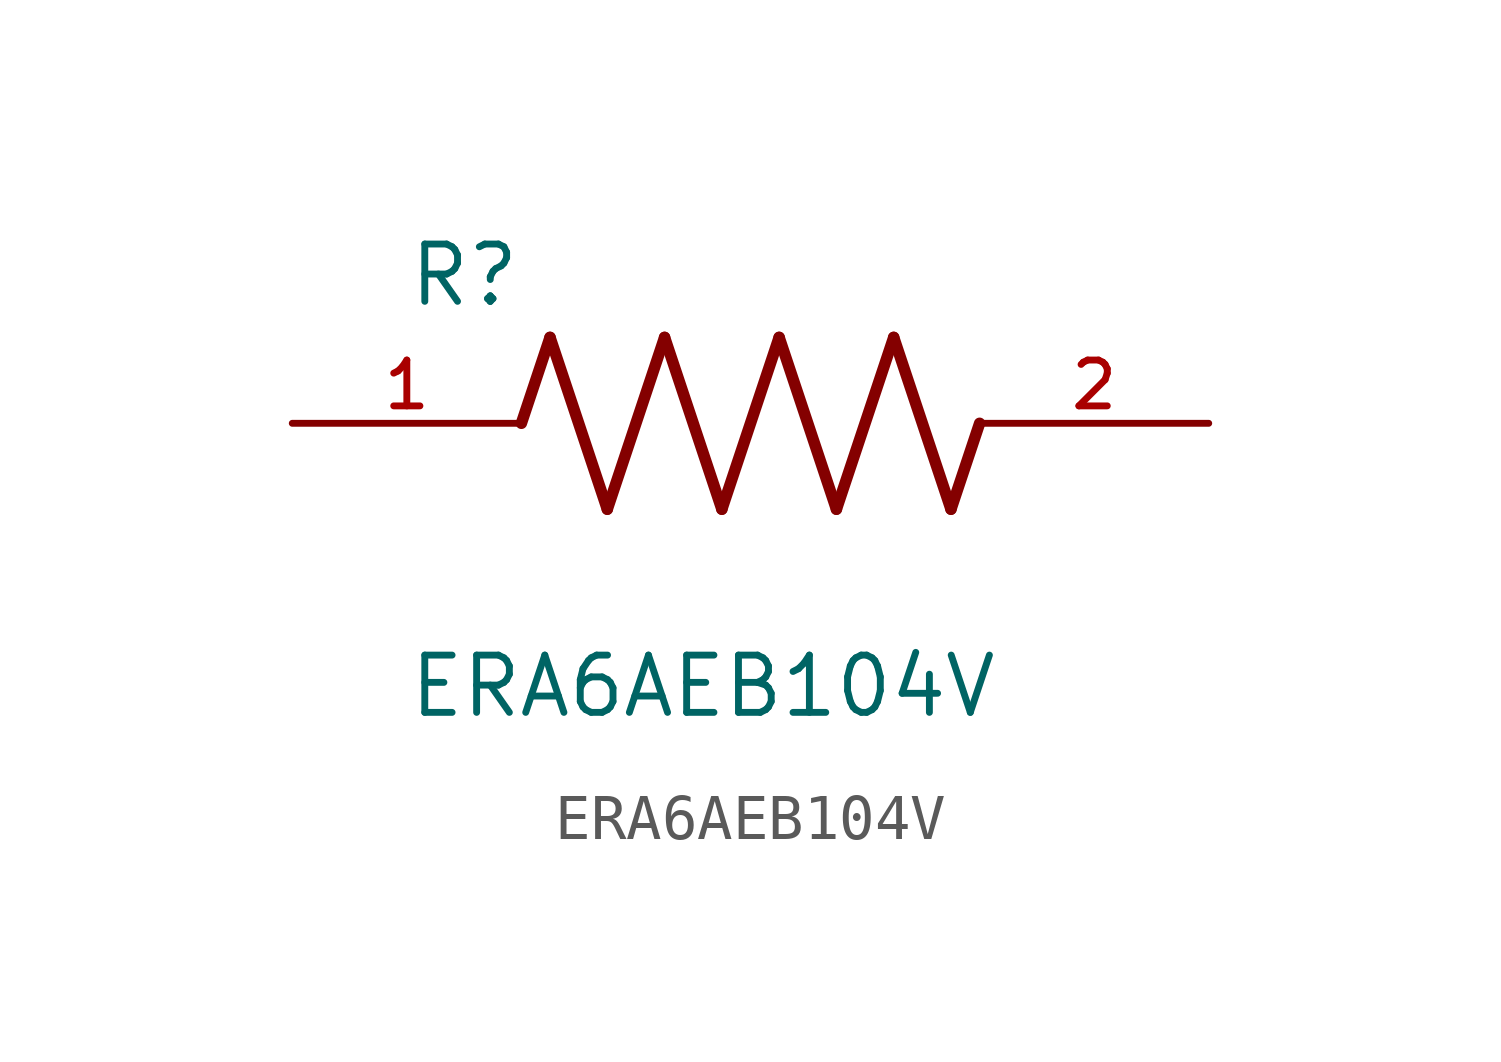
<source format=kicad_sym>
(kicad_symbol_lib
  (version 20211014)
  (generator kicad_symbol_editor)
  (symbol "ERA6AEB104V"
    (pin_names
      (offset 1.016))
    (property "Reference" "R"
      (at -7.624 2.541 0)
      (effects (font (size 1.27 1.27)) (justify bottom left)))
    (property "Value" "ERA6AEB104V"
      (at -7.624 -5.087 0)
      (effects (font (size 1.27 1.27)) (justify top left)))
    (symbol "ERA6AEB104V_0_0"
      (polyline (pts (xy -5.08 0.0) (xy -4.445 1.905)) (stroke (width 0.254)))
      (polyline (pts (xy -4.445 1.905) (xy -3.175 -1.905)) (stroke (width 0.254)))
      (polyline (pts (xy -3.175 -1.905) (xy -1.905 1.905)) (stroke (width 0.254)))
      (polyline (pts (xy -1.905 1.905) (xy -0.635 -1.905)) (stroke (width 0.254)))
      (polyline (pts (xy -0.635 -1.905) (xy 0.635 1.905)) (stroke (width 0.254)))
      (polyline (pts (xy 0.635 1.905) (xy 1.905 -1.905)) (stroke (width 0.254)))
      (polyline (pts (xy 1.905 -1.905) (xy 3.175 1.905)) (stroke (width 0.254)))
      (polyline (pts (xy 3.175 1.905) (xy 4.445 -1.905)) (stroke (width 0.254)))
      (polyline (pts (xy 4.445 -1.905) (xy 5.08 0.0)) (stroke (width 0.254)))
      (pin passive line (at -10.16 0.0 0) (length 5.08) (name "~" (effects (font (size 1.016 1.016)))) (number "1" (effects (font (size 1.016 1.016)))))
      (pin passive line (at 10.16 0.0 180.0) (length 5.08) (name "~" (effects (font (size 1.016 1.016)))) (number "2" (effects (font (size 1.016 1.016))))))))
</source>
